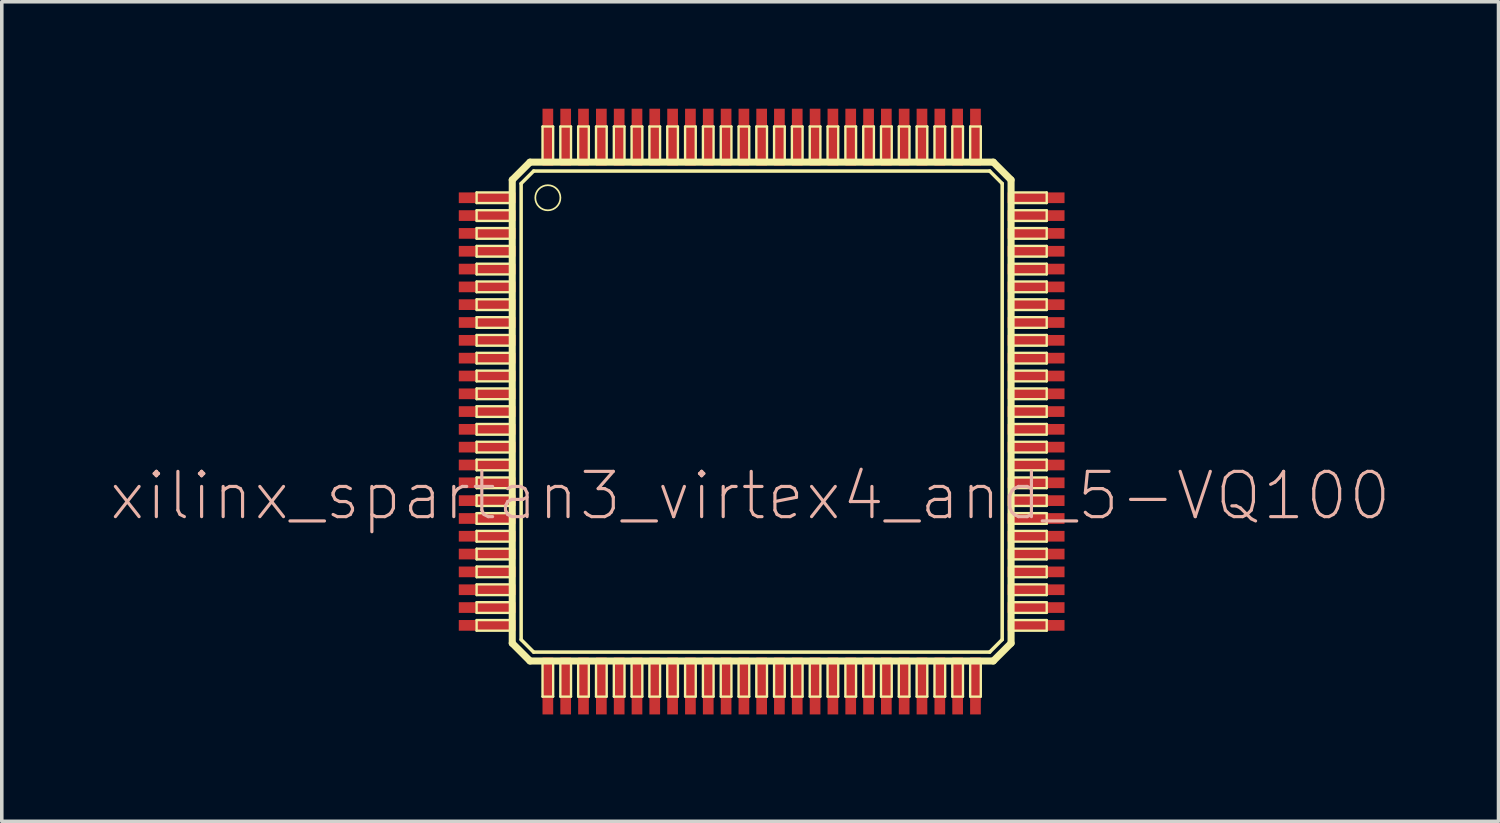
<source format=kicad_pcb>
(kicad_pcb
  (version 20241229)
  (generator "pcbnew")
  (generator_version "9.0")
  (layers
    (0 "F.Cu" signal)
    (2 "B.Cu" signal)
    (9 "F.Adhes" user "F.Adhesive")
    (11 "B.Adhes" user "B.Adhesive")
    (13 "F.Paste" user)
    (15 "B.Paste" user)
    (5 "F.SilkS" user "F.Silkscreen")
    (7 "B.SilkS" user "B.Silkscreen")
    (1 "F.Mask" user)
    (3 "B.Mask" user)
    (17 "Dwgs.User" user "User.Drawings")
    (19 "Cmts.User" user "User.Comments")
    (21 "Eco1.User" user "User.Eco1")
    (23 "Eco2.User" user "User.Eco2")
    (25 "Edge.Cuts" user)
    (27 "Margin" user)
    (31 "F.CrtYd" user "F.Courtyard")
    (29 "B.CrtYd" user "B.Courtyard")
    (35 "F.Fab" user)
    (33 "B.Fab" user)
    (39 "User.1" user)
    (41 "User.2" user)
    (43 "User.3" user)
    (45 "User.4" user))
  (footprint "xilinx_spartan3_virtex4_and_5-VQ100"
    (layer "F.Cu")
    (at 18.321 8.498)
    (property "Reference" "xilinx_spartan3_virtex4_and_5-VQ100" (at -0.323 2.365 0) (layer "B.SilkS") (effects (font (size 1.27 1.27) (thickness 0.089))))
    (attr smd)
    (fp_line (start -7.998 -6.149) (end -6.998 -6.149) (stroke (width 0.066) (type solid)) (layer "F.SilkS"))
    (fp_line (start -7.998 -5.85) (end -7.998 -6.149) (stroke (width 0.066) (type solid)) (layer "F.SilkS"))
    (fp_line (start -7.998 -5.85) (end -6.998 -5.85) (stroke (width 0.066) (type solid)) (layer "F.SilkS"))
    (fp_line (start -7.998 -5.649) (end -6.998 -5.649) (stroke (width 0.066) (type solid)) (layer "F.SilkS"))
    (fp_line (start -7.998 -5.349) (end -7.998 -5.649) (stroke (width 0.066) (type solid)) (layer "F.SilkS"))
    (fp_line (start -7.998 -5.349) (end -6.998 -5.349) (stroke (width 0.066) (type solid)) (layer "F.SilkS"))
    (fp_line (start -7.998 -5.149) (end -6.998 -5.149) (stroke (width 0.066) (type solid)) (layer "F.SilkS"))
    (fp_line (start -7.998 -4.849) (end -7.998 -5.149) (stroke (width 0.066) (type solid)) (layer "F.SilkS"))
    (fp_line (start -7.998 -4.849) (end -6.998 -4.849) (stroke (width 0.066) (type solid)) (layer "F.SilkS"))
    (fp_line (start -7.998 -4.648) (end -6.998 -4.648) (stroke (width 0.066) (type solid)) (layer "F.SilkS"))
    (fp_line (start -7.998 -4.348) (end -7.998 -4.648) (stroke (width 0.066) (type solid)) (layer "F.SilkS"))
    (fp_line (start -7.998 -4.348) (end -6.998 -4.348) (stroke (width 0.066) (type solid)) (layer "F.SilkS"))
    (fp_line (start -7.998 -4.148) (end -6.998 -4.148) (stroke (width 0.066) (type solid)) (layer "F.SilkS"))
    (fp_line (start -7.998 -3.848) (end -7.998 -4.148) (stroke (width 0.066) (type solid)) (layer "F.SilkS"))
    (fp_line (start -7.998 -3.848) (end -6.998 -3.848) (stroke (width 0.066) (type solid)) (layer "F.SilkS"))
    (fp_line (start -7.998 -3.65) (end -6.998 -3.65) (stroke (width 0.066) (type solid)) (layer "F.SilkS"))
    (fp_line (start -7.998 -3.348) (end -7.998 -3.65) (stroke (width 0.066) (type solid)) (layer "F.SilkS"))
    (fp_line (start -7.998 -3.348) (end -6.998 -3.348) (stroke (width 0.066) (type solid)) (layer "F.SilkS"))
    (fp_line (start -7.998 -3.15) (end -6.998 -3.15) (stroke (width 0.066) (type solid)) (layer "F.SilkS"))
    (fp_line (start -7.998 -2.85) (end -7.998 -3.15) (stroke (width 0.066) (type solid)) (layer "F.SilkS"))
    (fp_line (start -7.998 -2.85) (end -6.998 -2.85) (stroke (width 0.066) (type solid)) (layer "F.SilkS"))
    (fp_line (start -7.998 -2.649) (end -6.998 -2.649) (stroke (width 0.066) (type solid)) (layer "F.SilkS"))
    (fp_line (start -7.998 -2.349) (end -7.998 -2.649) (stroke (width 0.066) (type solid)) (layer "F.SilkS"))
    (fp_line (start -7.998 -2.349) (end -6.998 -2.349) (stroke (width 0.066) (type solid)) (layer "F.SilkS"))
    (fp_line (start -7.998 -2.149) (end -6.998 -2.149) (stroke (width 0.066) (type solid)) (layer "F.SilkS"))
    (fp_line (start -7.998 -1.849) (end -7.998 -2.149) (stroke (width 0.066) (type solid)) (layer "F.SilkS"))
    (fp_line (start -7.998 -1.849) (end -6.998 -1.849) (stroke (width 0.066) (type solid)) (layer "F.SilkS"))
    (fp_line (start -7.998 -1.648) (end -6.998 -1.648) (stroke (width 0.066) (type solid)) (layer "F.SilkS"))
    (fp_line (start -7.998 -1.349) (end -7.998 -1.648) (stroke (width 0.066) (type solid)) (layer "F.SilkS"))
    (fp_line (start -7.998 -1.349) (end -6.998 -1.349) (stroke (width 0.066) (type solid)) (layer "F.SilkS"))
    (fp_line (start -7.998 -1.148) (end -6.998 -1.148) (stroke (width 0.066) (type solid)) (layer "F.SilkS"))
    (fp_line (start -7.998 -0.848) (end -7.998 -1.148) (stroke (width 0.066) (type solid)) (layer "F.SilkS"))
    (fp_line (start -7.998 -0.848) (end -6.998 -0.848) (stroke (width 0.066) (type solid)) (layer "F.SilkS"))
    (fp_line (start -7.998 -0.648) (end -6.998 -0.648) (stroke (width 0.066) (type solid)) (layer "F.SilkS"))
    (fp_line (start -7.998 -0.348) (end -7.998 -0.648) (stroke (width 0.066) (type solid)) (layer "F.SilkS"))
    (fp_line (start -7.998 -0.348) (end -6.998 -0.348) (stroke (width 0.066) (type solid)) (layer "F.SilkS"))
    (fp_line (start -7.998 -0.15) (end -6.998 -0.15) (stroke (width 0.066) (type solid)) (layer "F.SilkS"))
    (fp_line (start -7.998 0.15) (end -7.998 -0.15) (stroke (width 0.066) (type solid)) (layer "F.SilkS"))
    (fp_line (start -7.998 0.15) (end -6.998 0.15) (stroke (width 0.066) (type solid)) (layer "F.SilkS"))
    (fp_line (start -7.998 0.348) (end -6.998 0.348) (stroke (width 0.066) (type solid)) (layer "F.SilkS"))
    (fp_line (start -7.998 0.648) (end -7.998 0.348) (stroke (width 0.066) (type solid)) (layer "F.SilkS"))
    (fp_line (start -7.998 0.648) (end -6.998 0.648) (stroke (width 0.066) (type solid)) (layer "F.SilkS"))
    (fp_line (start -7.998 0.848) (end -6.998 0.848) (stroke (width 0.066) (type solid)) (layer "F.SilkS"))
    (fp_line (start -7.998 1.148) (end -7.998 0.848) (stroke (width 0.066) (type solid)) (layer "F.SilkS"))
    (fp_line (start -7.998 1.148) (end -6.998 1.148) (stroke (width 0.066) (type solid)) (layer "F.SilkS"))
    (fp_line (start -7.998 1.349) (end -6.998 1.349) (stroke (width 0.066) (type solid)) (layer "F.SilkS"))
    (fp_line (start -7.998 1.648) (end -7.998 1.349) (stroke (width 0.066) (type solid)) (layer "F.SilkS"))
    (fp_line (start -7.998 1.648) (end -6.998 1.648) (stroke (width 0.066) (type solid)) (layer "F.SilkS"))
    (fp_line (start -7.998 1.849) (end -6.998 1.849) (stroke (width 0.066) (type solid)) (layer "F.SilkS"))
    (fp_line (start -7.998 2.149) (end -7.998 1.849) (stroke (width 0.066) (type solid)) (layer "F.SilkS"))
    (fp_line (start -7.998 2.149) (end -6.998 2.149) (stroke (width 0.066) (type solid)) (layer "F.SilkS"))
    (fp_line (start -7.998 2.349) (end -6.998 2.349) (stroke (width 0.066) (type solid)) (layer "F.SilkS"))
    (fp_line (start -7.998 2.649) (end -7.998 2.349) (stroke (width 0.066) (type solid)) (layer "F.SilkS"))
    (fp_line (start -7.998 2.649) (end -6.998 2.649) (stroke (width 0.066) (type solid)) (layer "F.SilkS"))
    (fp_line (start -7.998 2.85) (end -6.998 2.85) (stroke (width 0.066) (type solid)) (layer "F.SilkS"))
    (fp_line (start -7.998 3.15) (end -7.998 2.85) (stroke (width 0.066) (type solid)) (layer "F.SilkS"))
    (fp_line (start -7.998 3.15) (end -6.998 3.15) (stroke (width 0.066) (type solid)) (layer "F.SilkS"))
    (fp_line (start -7.998 3.348) (end -6.998 3.348) (stroke (width 0.066) (type solid)) (layer "F.SilkS"))
    (fp_line (start -7.998 3.65) (end -7.998 3.348) (stroke (width 0.066) (type solid)) (layer "F.SilkS"))
    (fp_line (start -7.998 3.65) (end -6.998 3.65) (stroke (width 0.066) (type solid)) (layer "F.SilkS"))
    (fp_line (start -7.998 3.848) (end -6.998 3.848) (stroke (width 0.066) (type solid)) (layer "F.SilkS"))
    (fp_line (start -7.998 4.148) (end -7.998 3.848) (stroke (width 0.066) (type solid)) (layer "F.SilkS"))
    (fp_line (start -7.998 4.148) (end -6.998 4.148) (stroke (width 0.066) (type solid)) (layer "F.SilkS"))
    (fp_line (start -7.998 4.348) (end -6.998 4.348) (stroke (width 0.066) (type solid)) (layer "F.SilkS"))
    (fp_line (start -7.998 4.648) (end -7.998 4.348) (stroke (width 0.066) (type solid)) (layer "F.SilkS"))
    (fp_line (start -7.998 4.648) (end -6.998 4.648) (stroke (width 0.066) (type solid)) (layer "F.SilkS"))
    (fp_line (start -7.998 4.849) (end -6.998 4.849) (stroke (width 0.066) (type solid)) (layer "F.SilkS"))
    (fp_line (start -7.998 5.149) (end -7.998 4.849) (stroke (width 0.066) (type solid)) (layer "F.SilkS"))
    (fp_line (start -7.998 5.149) (end -6.998 5.149) (stroke (width 0.066) (type solid)) (layer "F.SilkS"))
    (fp_line (start -7.998 5.349) (end -6.998 5.349) (stroke (width 0.066) (type solid)) (layer "F.SilkS"))
    (fp_line (start -7.998 5.649) (end -7.998 5.349) (stroke (width 0.066) (type solid)) (layer "F.SilkS"))
    (fp_line (start -7.998 5.649) (end -6.998 5.649) (stroke (width 0.066) (type solid)) (layer "F.SilkS"))
    (fp_line (start -7.998 5.85) (end -6.998 5.85) (stroke (width 0.066) (type solid)) (layer "F.SilkS"))
    (fp_line (start -7.998 6.149) (end -7.998 5.85) (stroke (width 0.066) (type solid)) (layer "F.SilkS"))
    (fp_line (start -7.998 6.149) (end -6.998 6.149) (stroke (width 0.066) (type solid)) (layer "F.SilkS"))
    (fp_line (start -6.998 -6.5) (end -6.998 6.5) (stroke (width 0.198) (type solid)) (layer "F.SilkS"))
    (fp_line (start -6.998 -5.85) (end -6.998 -6.149) (stroke (width 0.066) (type solid)) (layer "F.SilkS"))
    (fp_line (start -6.998 -5.349) (end -6.998 -5.649) (stroke (width 0.066) (type solid)) (layer "F.SilkS"))
    (fp_line (start -6.998 -4.849) (end -6.998 -5.149) (stroke (width 0.066) (type solid)) (layer "F.SilkS"))
    (fp_line (start -6.998 -4.348) (end -6.998 -4.648) (stroke (width 0.066) (type solid)) (layer "F.SilkS"))
    (fp_line (start -6.998 -3.848) (end -6.998 -4.148) (stroke (width 0.066) (type solid)) (layer "F.SilkS"))
    (fp_line (start -6.998 -3.348) (end -6.998 -3.65) (stroke (width 0.066) (type solid)) (layer "F.SilkS"))
    (fp_line (start -6.998 -2.85) (end -6.998 -3.15) (stroke (width 0.066) (type solid)) (layer "F.SilkS"))
    (fp_line (start -6.998 -2.349) (end -6.998 -2.649) (stroke (width 0.066) (type solid)) (layer "F.SilkS"))
    (fp_line (start -6.998 -1.849) (end -6.998 -2.149) (stroke (width 0.066) (type solid)) (layer "F.SilkS"))
    (fp_line (start -6.998 -1.349) (end -6.998 -1.648) (stroke (width 0.066) (type solid)) (layer "F.SilkS"))
    (fp_line (start -6.998 -0.848) (end -6.998 -1.148) (stroke (width 0.066) (type solid)) (layer "F.SilkS"))
    (fp_line (start -6.998 -0.348) (end -6.998 -0.648) (stroke (width 0.066) (type solid)) (layer "F.SilkS"))
    (fp_line (start -6.998 0.15) (end -6.998 -0.15) (stroke (width 0.066) (type solid)) (layer "F.SilkS"))
    (fp_line (start -6.998 0.648) (end -6.998 0.348) (stroke (width 0.066) (type solid)) (layer "F.SilkS"))
    (fp_line (start -6.998 1.148) (end -6.998 0.848) (stroke (width 0.066) (type solid)) (layer "F.SilkS"))
    (fp_line (start -6.998 1.648) (end -6.998 1.349) (stroke (width 0.066) (type solid)) (layer "F.SilkS"))
    (fp_line (start -6.998 2.149) (end -6.998 1.849) (stroke (width 0.066) (type solid)) (layer "F.SilkS"))
    (fp_line (start -6.998 2.649) (end -6.998 2.349) (stroke (width 0.066) (type solid)) (layer "F.SilkS"))
    (fp_line (start -6.998 3.15) (end -6.998 2.85) (stroke (width 0.066) (type solid)) (layer "F.SilkS"))
    (fp_line (start -6.998 3.65) (end -6.998 3.348) (stroke (width 0.066) (type solid)) (layer "F.SilkS"))
    (fp_line (start -6.998 4.148) (end -6.998 3.848) (stroke (width 0.066) (type solid)) (layer "F.SilkS"))
    (fp_line (start -6.998 4.648) (end -6.998 4.348) (stroke (width 0.066) (type solid)) (layer "F.SilkS"))
    (fp_line (start -6.998 5.149) (end -6.998 4.849) (stroke (width 0.066) (type solid)) (layer "F.SilkS"))
    (fp_line (start -6.998 5.649) (end -6.998 5.349) (stroke (width 0.066) (type solid)) (layer "F.SilkS"))
    (fp_line (start -6.998 6.149) (end -6.998 5.85) (stroke (width 0.066) (type solid)) (layer "F.SilkS"))
    (fp_line (start -6.998 6.5) (end -6.5 6.998) (stroke (width 0.198) (type solid)) (layer "F.SilkS"))
    (fp_line (start -6.749 -6.398) (end -6.749 6.398) (stroke (width 0.099) (type solid)) (layer "F.SilkS"))
    (fp_line (start -6.749 6.398) (end -6.398 6.749) (stroke (width 0.099) (type solid)) (layer "F.SilkS"))
    (fp_line (start -6.5 -6.998) (end -6.998 -6.5) (stroke (width 0.198) (type solid)) (layer "F.SilkS"))
    (fp_line (start -6.5 6.998) (end 6.5 6.998) (stroke (width 0.198) (type solid)) (layer "F.SilkS"))
    (fp_line (start -6.398 -6.749) (end -6.749 -6.398) (stroke (width 0.099) (type solid)) (layer "F.SilkS"))
    (fp_line (start -6.398 6.749) (end 6.398 6.749) (stroke (width 0.099) (type solid)) (layer "F.SilkS"))
    (fp_line (start -6.149 -7.998) (end -5.85 -7.998) (stroke (width 0.066) (type solid)) (layer "F.SilkS"))
    (fp_line (start -6.149 -6.998) (end -6.149 -7.998) (stroke (width 0.066) (type solid)) (layer "F.SilkS"))
    (fp_line (start -6.149 -6.998) (end -5.85 -6.998) (stroke (width 0.066) (type solid)) (layer "F.SilkS"))
    (fp_line (start -6.149 6.998) (end -5.85 6.998) (stroke (width 0.066) (type solid)) (layer "F.SilkS"))
    (fp_line (start -6.149 7.998) (end -6.149 6.998) (stroke (width 0.066) (type solid)) (layer "F.SilkS"))
    (fp_line (start -6.149 7.998) (end -5.85 7.998) (stroke (width 0.066) (type solid)) (layer "F.SilkS"))
    (fp_line (start -5.85 -6.998) (end -5.85 -7.998) (stroke (width 0.066) (type solid)) (layer "F.SilkS"))
    (fp_line (start -5.85 7.998) (end -5.85 6.998) (stroke (width 0.066) (type solid)) (layer "F.SilkS"))
    (fp_line (start -5.649 -7.998) (end -5.349 -7.998) (stroke (width 0.066) (type solid)) (layer "F.SilkS"))
    (fp_line (start -5.649 -6.998) (end -5.649 -7.998) (stroke (width 0.066) (type solid)) (layer "F.SilkS"))
    (fp_line (start -5.649 -6.998) (end -5.349 -6.998) (stroke (width 0.066) (type solid)) (layer "F.SilkS"))
    (fp_line (start -5.649 6.998) (end -5.349 6.998) (stroke (width 0.066) (type solid)) (layer "F.SilkS"))
    (fp_line (start -5.649 7.998) (end -5.649 6.998) (stroke (width 0.066) (type solid)) (layer "F.SilkS"))
    (fp_line (start -5.649 7.998) (end -5.349 7.998) (stroke (width 0.066) (type solid)) (layer "F.SilkS"))
    (fp_line (start -5.349 -6.998) (end -5.349 -7.998) (stroke (width 0.066) (type solid)) (layer "F.SilkS"))
    (fp_line (start -5.349 7.998) (end -5.349 6.998) (stroke (width 0.066) (type solid)) (layer "F.SilkS"))
    (fp_line (start -5.149 -7.998) (end -4.849 -7.998) (stroke (width 0.066) (type solid)) (layer "F.SilkS"))
    (fp_line (start -5.149 -6.998) (end -5.149 -7.998) (stroke (width 0.066) (type solid)) (layer "F.SilkS"))
    (fp_line (start -5.149 -6.998) (end -4.849 -6.998) (stroke (width 0.066) (type solid)) (layer "F.SilkS"))
    (fp_line (start -5.149 6.998) (end -4.849 6.998) (stroke (width 0.066) (type solid)) (layer "F.SilkS"))
    (fp_line (start -5.149 7.998) (end -5.149 6.998) (stroke (width 0.066) (type solid)) (layer "F.SilkS"))
    (fp_line (start -5.149 7.998) (end -4.849 7.998) (stroke (width 0.066) (type solid)) (layer "F.SilkS"))
    (fp_line (start -4.849 -6.998) (end -4.849 -7.998) (stroke (width 0.066) (type solid)) (layer "F.SilkS"))
    (fp_line (start -4.849 7.998) (end -4.849 6.998) (stroke (width 0.066) (type solid)) (layer "F.SilkS"))
    (fp_line (start -4.648 -7.998) (end -4.348 -7.998) (stroke (width 0.066) (type solid)) (layer "F.SilkS"))
    (fp_line (start -4.648 -6.998) (end -4.648 -7.998) (stroke (width 0.066) (type solid)) (layer "F.SilkS"))
    (fp_line (start -4.648 -6.998) (end -4.348 -6.998) (stroke (width 0.066) (type solid)) (layer "F.SilkS"))
    (fp_line (start -4.648 6.998) (end -4.348 6.998) (stroke (width 0.066) (type solid)) (layer "F.SilkS"))
    (fp_line (start -4.648 7.998) (end -4.648 6.998) (stroke (width 0.066) (type solid)) (layer "F.SilkS"))
    (fp_line (start -4.648 7.998) (end -4.348 7.998) (stroke (width 0.066) (type solid)) (layer "F.SilkS"))
    (fp_line (start -4.348 -6.998) (end -4.348 -7.998) (stroke (width 0.066) (type solid)) (layer "F.SilkS"))
    (fp_line (start -4.348 7.998) (end -4.348 6.998) (stroke (width 0.066) (type solid)) (layer "F.SilkS"))
    (fp_line (start -4.148 -7.998) (end -3.848 -7.998) (stroke (width 0.066) (type solid)) (layer "F.SilkS"))
    (fp_line (start -4.148 -6.998) (end -4.148 -7.998) (stroke (width 0.066) (type solid)) (layer "F.SilkS"))
    (fp_line (start -4.148 -6.998) (end -3.848 -6.998) (stroke (width 0.066) (type solid)) (layer "F.SilkS"))
    (fp_line (start -4.148 6.998) (end -3.848 6.998) (stroke (width 0.066) (type solid)) (layer "F.SilkS"))
    (fp_line (start -4.148 7.998) (end -4.148 6.998) (stroke (width 0.066) (type solid)) (layer "F.SilkS"))
    (fp_line (start -4.148 7.998) (end -3.848 7.998) (stroke (width 0.066) (type solid)) (layer "F.SilkS"))
    (fp_line (start -3.848 -6.998) (end -3.848 -7.998) (stroke (width 0.066) (type solid)) (layer "F.SilkS"))
    (fp_line (start -3.848 7.998) (end -3.848 6.998) (stroke (width 0.066) (type solid)) (layer "F.SilkS"))
    (fp_line (start -3.65 -7.998) (end -3.348 -7.998) (stroke (width 0.066) (type solid)) (layer "F.SilkS"))
    (fp_line (start -3.65 -6.998) (end -3.65 -7.998) (stroke (width 0.066) (type solid)) (layer "F.SilkS"))
    (fp_line (start -3.65 -6.998) (end -3.348 -6.998) (stroke (width 0.066) (type solid)) (layer "F.SilkS"))
    (fp_line (start -3.65 6.998) (end -3.348 6.998) (stroke (width 0.066) (type solid)) (layer "F.SilkS"))
    (fp_line (start -3.65 7.998) (end -3.65 6.998) (stroke (width 0.066) (type solid)) (layer "F.SilkS"))
    (fp_line (start -3.65 7.998) (end -3.348 7.998) (stroke (width 0.066) (type solid)) (layer "F.SilkS"))
    (fp_line (start -3.348 -6.998) (end -3.348 -7.998) (stroke (width 0.066) (type solid)) (layer "F.SilkS"))
    (fp_line (start -3.348 7.998) (end -3.348 6.998) (stroke (width 0.066) (type solid)) (layer "F.SilkS"))
    (fp_line (start -3.15 -7.998) (end -2.85 -7.998) (stroke (width 0.066) (type solid)) (layer "F.SilkS"))
    (fp_line (start -3.15 -6.998) (end -3.15 -7.998) (stroke (width 0.066) (type solid)) (layer "F.SilkS"))
    (fp_line (start -3.15 -6.998) (end -2.85 -6.998) (stroke (width 0.066) (type solid)) (layer "F.SilkS"))
    (fp_line (start -3.15 6.998) (end -2.85 6.998) (stroke (width 0.066) (type solid)) (layer "F.SilkS"))
    (fp_line (start -3.15 7.998) (end -3.15 6.998) (stroke (width 0.066) (type solid)) (layer "F.SilkS"))
    (fp_line (start -3.15 7.998) (end -2.85 7.998) (stroke (width 0.066) (type solid)) (layer "F.SilkS"))
    (fp_line (start -2.85 -6.998) (end -2.85 -7.998) (stroke (width 0.066) (type solid)) (layer "F.SilkS"))
    (fp_line (start -2.85 7.998) (end -2.85 6.998) (stroke (width 0.066) (type solid)) (layer "F.SilkS"))
    (fp_line (start -2.649 -7.998) (end -2.349 -7.998) (stroke (width 0.066) (type solid)) (layer "F.SilkS"))
    (fp_line (start -2.649 -6.998) (end -2.649 -7.998) (stroke (width 0.066) (type solid)) (layer "F.SilkS"))
    (fp_line (start -2.649 -6.998) (end -2.349 -6.998) (stroke (width 0.066) (type solid)) (layer "F.SilkS"))
    (fp_line (start -2.649 6.998) (end -2.349 6.998) (stroke (width 0.066) (type solid)) (layer "F.SilkS"))
    (fp_line (start -2.649 7.998) (end -2.649 6.998) (stroke (width 0.066) (type solid)) (layer "F.SilkS"))
    (fp_line (start -2.649 7.998) (end -2.349 7.998) (stroke (width 0.066) (type solid)) (layer "F.SilkS"))
    (fp_line (start -2.349 -6.998) (end -2.349 -7.998) (stroke (width 0.066) (type solid)) (layer "F.SilkS"))
    (fp_line (start -2.349 7.998) (end -2.349 6.998) (stroke (width 0.066) (type solid)) (layer "F.SilkS"))
    (fp_line (start -2.149 -7.998) (end -1.849 -7.998) (stroke (width 0.066) (type solid)) (layer "F.SilkS"))
    (fp_line (start -2.149 -6.998) (end -2.149 -7.998) (stroke (width 0.066) (type solid)) (layer "F.SilkS"))
    (fp_line (start -2.149 -6.998) (end -1.849 -6.998) (stroke (width 0.066) (type solid)) (layer "F.SilkS"))
    (fp_line (start -2.149 6.998) (end -1.849 6.998) (stroke (width 0.066) (type solid)) (layer "F.SilkS"))
    (fp_line (start -2.149 7.998) (end -2.149 6.998) (stroke (width 0.066) (type solid)) (layer "F.SilkS"))
    (fp_line (start -2.149 7.998) (end -1.849 7.998) (stroke (width 0.066) (type solid)) (layer "F.SilkS"))
    (fp_line (start -1.849 -6.998) (end -1.849 -7.998) (stroke (width 0.066) (type solid)) (layer "F.SilkS"))
    (fp_line (start -1.849 7.998) (end -1.849 6.998) (stroke (width 0.066) (type solid)) (layer "F.SilkS"))
    (fp_line (start -1.648 -7.998) (end -1.349 -7.998) (stroke (width 0.066) (type solid)) (layer "F.SilkS"))
    (fp_line (start -1.648 -6.998) (end -1.648 -7.998) (stroke (width 0.066) (type solid)) (layer "F.SilkS"))
    (fp_line (start -1.648 -6.998) (end -1.349 -6.998) (stroke (width 0.066) (type solid)) (layer "F.SilkS"))
    (fp_line (start -1.648 6.998) (end -1.349 6.998) (stroke (width 0.066) (type solid)) (layer "F.SilkS"))
    (fp_line (start -1.648 7.998) (end -1.648 6.998) (stroke (width 0.066) (type solid)) (layer "F.SilkS"))
    (fp_line (start -1.648 7.998) (end -1.349 7.998) (stroke (width 0.066) (type solid)) (layer "F.SilkS"))
    (fp_line (start -1.349 -6.998) (end -1.349 -7.998) (stroke (width 0.066) (type solid)) (layer "F.SilkS"))
    (fp_line (start -1.349 7.998) (end -1.349 6.998) (stroke (width 0.066) (type solid)) (layer "F.SilkS"))
    (fp_line (start -1.148 -7.998) (end -0.848 -7.998) (stroke (width 0.066) (type solid)) (layer "F.SilkS"))
    (fp_line (start -1.148 -6.998) (end -1.148 -7.998) (stroke (width 0.066) (type solid)) (layer "F.SilkS"))
    (fp_line (start -1.148 -6.998) (end -0.848 -6.998) (stroke (width 0.066) (type solid)) (layer "F.SilkS"))
    (fp_line (start -1.148 6.998) (end -0.848 6.998) (stroke (width 0.066) (type solid)) (layer "F.SilkS"))
    (fp_line (start -1.148 7.998) (end -1.148 6.998) (stroke (width 0.066) (type solid)) (layer "F.SilkS"))
    (fp_line (start -1.148 7.998) (end -0.848 7.998) (stroke (width 0.066) (type solid)) (layer "F.SilkS"))
    (fp_line (start -0.848 -6.998) (end -0.848 -7.998) (stroke (width 0.066) (type solid)) (layer "F.SilkS"))
    (fp_line (start -0.848 7.998) (end -0.848 6.998) (stroke (width 0.066) (type solid)) (layer "F.SilkS"))
    (fp_line (start -0.648 -7.998) (end -0.348 -7.998) (stroke (width 0.066) (type solid)) (layer "F.SilkS"))
    (fp_line (start -0.648 -6.998) (end -0.648 -7.998) (stroke (width 0.066) (type solid)) (layer "F.SilkS"))
    (fp_line (start -0.648 -6.998) (end -0.348 -6.998) (stroke (width 0.066) (type solid)) (layer "F.SilkS"))
    (fp_line (start -0.648 6.998) (end -0.348 6.998) (stroke (width 0.066) (type solid)) (layer "F.SilkS"))
    (fp_line (start -0.648 7.998) (end -0.648 6.998) (stroke (width 0.066) (type solid)) (layer "F.SilkS"))
    (fp_line (start -0.648 7.998) (end -0.348 7.998) (stroke (width 0.066) (type solid)) (layer "F.SilkS"))
    (fp_line (start -0.348 -6.998) (end -0.348 -7.998) (stroke (width 0.066) (type solid)) (layer "F.SilkS"))
    (fp_line (start -0.348 7.998) (end -0.348 6.998) (stroke (width 0.066) (type solid)) (layer "F.SilkS"))
    (fp_line (start -0.15 -7.998) (end 0.15 -7.998) (stroke (width 0.066) (type solid)) (layer "F.SilkS"))
    (fp_line (start -0.15 -6.998) (end -0.15 -7.998) (stroke (width 0.066) (type solid)) (layer "F.SilkS"))
    (fp_line (start -0.15 -6.998) (end 0.15 -6.998) (stroke (width 0.066) (type solid)) (layer "F.SilkS"))
    (fp_line (start -0.15 6.998) (end 0.15 6.998) (stroke (width 0.066) (type solid)) (layer "F.SilkS"))
    (fp_line (start -0.15 7.998) (end -0.15 6.998) (stroke (width 0.066) (type solid)) (layer "F.SilkS"))
    (fp_line (start -0.15 7.998) (end 0.15 7.998) (stroke (width 0.066) (type solid)) (layer "F.SilkS"))
    (fp_line (start 0.15 -6.998) (end 0.15 -7.998) (stroke (width 0.066) (type solid)) (layer "F.SilkS"))
    (fp_line (start 0.15 7.998) (end 0.15 6.998) (stroke (width 0.066) (type solid)) (layer "F.SilkS"))
    (fp_line (start 0.348 -7.998) (end 0.648 -7.998) (stroke (width 0.066) (type solid)) (layer "F.SilkS"))
    (fp_line (start 0.348 -6.998) (end 0.348 -7.998) (stroke (width 0.066) (type solid)) (layer "F.SilkS"))
    (fp_line (start 0.348 -6.998) (end 0.648 -6.998) (stroke (width 0.066) (type solid)) (layer "F.SilkS"))
    (fp_line (start 0.348 6.998) (end 0.648 6.998) (stroke (width 0.066) (type solid)) (layer "F.SilkS"))
    (fp_line (start 0.348 7.998) (end 0.348 6.998) (stroke (width 0.066) (type solid)) (layer "F.SilkS"))
    (fp_line (start 0.348 7.998) (end 0.648 7.998) (stroke (width 0.066) (type solid)) (layer "F.SilkS"))
    (fp_line (start 0.648 -6.998) (end 0.648 -7.998) (stroke (width 0.066) (type solid)) (layer "F.SilkS"))
    (fp_line (start 0.648 7.998) (end 0.648 6.998) (stroke (width 0.066) (type solid)) (layer "F.SilkS"))
    (fp_line (start 0.848 -7.998) (end 1.148 -7.998) (stroke (width 0.066) (type solid)) (layer "F.SilkS"))
    (fp_line (start 0.848 -6.998) (end 0.848 -7.998) (stroke (width 0.066) (type solid)) (layer "F.SilkS"))
    (fp_line (start 0.848 -6.998) (end 1.148 -6.998) (stroke (width 0.066) (type solid)) (layer "F.SilkS"))
    (fp_line (start 0.848 6.998) (end 1.148 6.998) (stroke (width 0.066) (type solid)) (layer "F.SilkS"))
    (fp_line (start 0.848 7.998) (end 0.848 6.998) (stroke (width 0.066) (type solid)) (layer "F.SilkS"))
    (fp_line (start 0.848 7.998) (end 1.148 7.998) (stroke (width 0.066) (type solid)) (layer "F.SilkS"))
    (fp_line (start 1.148 -6.998) (end 1.148 -7.998) (stroke (width 0.066) (type solid)) (layer "F.SilkS"))
    (fp_line (start 1.148 7.998) (end 1.148 6.998) (stroke (width 0.066) (type solid)) (layer "F.SilkS"))
    (fp_line (start 1.349 -7.998) (end 1.648 -7.998) (stroke (width 0.066) (type solid)) (layer "F.SilkS"))
    (fp_line (start 1.349 -6.998) (end 1.349 -7.998) (stroke (width 0.066) (type solid)) (layer "F.SilkS"))
    (fp_line (start 1.349 -6.998) (end 1.648 -6.998) (stroke (width 0.066) (type solid)) (layer "F.SilkS"))
    (fp_line (start 1.349 6.998) (end 1.648 6.998) (stroke (width 0.066) (type solid)) (layer "F.SilkS"))
    (fp_line (start 1.349 7.998) (end 1.349 6.998) (stroke (width 0.066) (type solid)) (layer "F.SilkS"))
    (fp_line (start 1.349 7.998) (end 1.648 7.998) (stroke (width 0.066) (type solid)) (layer "F.SilkS"))
    (fp_line (start 1.648 -6.998) (end 1.648 -7.998) (stroke (width 0.066) (type solid)) (layer "F.SilkS"))
    (fp_line (start 1.648 7.998) (end 1.648 6.998) (stroke (width 0.066) (type solid)) (layer "F.SilkS"))
    (fp_line (start 1.849 -7.998) (end 2.149 -7.998) (stroke (width 0.066) (type solid)) (layer "F.SilkS"))
    (fp_line (start 1.849 -6.998) (end 1.849 -7.998) (stroke (width 0.066) (type solid)) (layer "F.SilkS"))
    (fp_line (start 1.849 -6.998) (end 2.149 -6.998) (stroke (width 0.066) (type solid)) (layer "F.SilkS"))
    (fp_line (start 1.849 6.998) (end 2.149 6.998) (stroke (width 0.066) (type solid)) (layer "F.SilkS"))
    (fp_line (start 1.849 7.998) (end 1.849 6.998) (stroke (width 0.066) (type solid)) (layer "F.SilkS"))
    (fp_line (start 1.849 7.998) (end 2.149 7.998) (stroke (width 0.066) (type solid)) (layer "F.SilkS"))
    (fp_line (start 2.149 -6.998) (end 2.149 -7.998) (stroke (width 0.066) (type solid)) (layer "F.SilkS"))
    (fp_line (start 2.149 7.998) (end 2.149 6.998) (stroke (width 0.066) (type solid)) (layer "F.SilkS"))
    (fp_line (start 2.349 -7.998) (end 2.649 -7.998) (stroke (width 0.066) (type solid)) (layer "F.SilkS"))
    (fp_line (start 2.349 -6.998) (end 2.349 -7.998) (stroke (width 0.066) (type solid)) (layer "F.SilkS"))
    (fp_line (start 2.349 -6.998) (end 2.649 -6.998) (stroke (width 0.066) (type solid)) (layer "F.SilkS"))
    (fp_line (start 2.349 6.998) (end 2.649 6.998) (stroke (width 0.066) (type solid)) (layer "F.SilkS"))
    (fp_line (start 2.349 7.998) (end 2.349 6.998) (stroke (width 0.066) (type solid)) (layer "F.SilkS"))
    (fp_line (start 2.349 7.998) (end 2.649 7.998) (stroke (width 0.066) (type solid)) (layer "F.SilkS"))
    (fp_line (start 2.649 -6.998) (end 2.649 -7.998) (stroke (width 0.066) (type solid)) (layer "F.SilkS"))
    (fp_line (start 2.649 7.998) (end 2.649 6.998) (stroke (width 0.066) (type solid)) (layer "F.SilkS"))
    (fp_line (start 2.85 -7.998) (end 3.15 -7.998) (stroke (width 0.066) (type solid)) (layer "F.SilkS"))
    (fp_line (start 2.85 -6.998) (end 2.85 -7.998) (stroke (width 0.066) (type solid)) (layer "F.SilkS"))
    (fp_line (start 2.85 -6.998) (end 3.15 -6.998) (stroke (width 0.066) (type solid)) (layer "F.SilkS"))
    (fp_line (start 2.85 6.998) (end 3.15 6.998) (stroke (width 0.066) (type solid)) (layer "F.SilkS"))
    (fp_line (start 2.85 7.998) (end 2.85 6.998) (stroke (width 0.066) (type solid)) (layer "F.SilkS"))
    (fp_line (start 2.85 7.998) (end 3.15 7.998) (stroke (width 0.066) (type solid)) (layer "F.SilkS"))
    (fp_line (start 3.15 -6.998) (end 3.15 -7.998) (stroke (width 0.066) (type solid)) (layer "F.SilkS"))
    (fp_line (start 3.15 7.998) (end 3.15 6.998) (stroke (width 0.066) (type solid)) (layer "F.SilkS"))
    (fp_line (start 3.348 -7.998) (end 3.65 -7.998) (stroke (width 0.066) (type solid)) (layer "F.SilkS"))
    (fp_line (start 3.348 -6.998) (end 3.348 -7.998) (stroke (width 0.066) (type solid)) (layer "F.SilkS"))
    (fp_line (start 3.348 -6.998) (end 3.65 -6.998) (stroke (width 0.066) (type solid)) (layer "F.SilkS"))
    (fp_line (start 3.348 6.998) (end 3.65 6.998) (stroke (width 0.066) (type solid)) (layer "F.SilkS"))
    (fp_line (start 3.348 7.998) (end 3.348 6.998) (stroke (width 0.066) (type solid)) (layer "F.SilkS"))
    (fp_line (start 3.348 7.998) (end 3.65 7.998) (stroke (width 0.066) (type solid)) (layer "F.SilkS"))
    (fp_line (start 3.65 -6.998) (end 3.65 -7.998) (stroke (width 0.066) (type solid)) (layer "F.SilkS"))
    (fp_line (start 3.65 7.998) (end 3.65 6.998) (stroke (width 0.066) (type solid)) (layer "F.SilkS"))
    (fp_line (start 3.848 -7.998) (end 4.148 -7.998) (stroke (width 0.066) (type solid)) (layer "F.SilkS"))
    (fp_line (start 3.848 -6.998) (end 3.848 -7.998) (stroke (width 0.066) (type solid)) (layer "F.SilkS"))
    (fp_line (start 3.848 -6.998) (end 4.148 -6.998) (stroke (width 0.066) (type solid)) (layer "F.SilkS"))
    (fp_line (start 3.848 6.998) (end 4.148 6.998) (stroke (width 0.066) (type solid)) (layer "F.SilkS"))
    (fp_line (start 3.848 7.998) (end 3.848 6.998) (stroke (width 0.066) (type solid)) (layer "F.SilkS"))
    (fp_line (start 3.848 7.998) (end 4.148 7.998) (stroke (width 0.066) (type solid)) (layer "F.SilkS"))
    (fp_line (start 4.148 -6.998) (end 4.148 -7.998) (stroke (width 0.066) (type solid)) (layer "F.SilkS"))
    (fp_line (start 4.148 7.998) (end 4.148 6.998) (stroke (width 0.066) (type solid)) (layer "F.SilkS"))
    (fp_line (start 4.348 -7.998) (end 4.648 -7.998) (stroke (width 0.066) (type solid)) (layer "F.SilkS"))
    (fp_line (start 4.348 -6.998) (end 4.348 -7.998) (stroke (width 0.066) (type solid)) (layer "F.SilkS"))
    (fp_line (start 4.348 -6.998) (end 4.648 -6.998) (stroke (width 0.066) (type solid)) (layer "F.SilkS"))
    (fp_line (start 4.348 6.998) (end 4.648 6.998) (stroke (width 0.066) (type solid)) (layer "F.SilkS"))
    (fp_line (start 4.348 7.998) (end 4.348 6.998) (stroke (width 0.066) (type solid)) (layer "F.SilkS"))
    (fp_line (start 4.348 7.998) (end 4.648 7.998) (stroke (width 0.066) (type solid)) (layer "F.SilkS"))
    (fp_line (start 4.648 -6.998) (end 4.648 -7.998) (stroke (width 0.066) (type solid)) (layer "F.SilkS"))
    (fp_line (start 4.648 7.998) (end 4.648 6.998) (stroke (width 0.066) (type solid)) (layer "F.SilkS"))
    (fp_line (start 4.849 -7.998) (end 5.149 -7.998) (stroke (width 0.066) (type solid)) (layer "F.SilkS"))
    (fp_line (start 4.849 -6.998) (end 4.849 -7.998) (stroke (width 0.066) (type solid)) (layer "F.SilkS"))
    (fp_line (start 4.849 -6.998) (end 5.149 -6.998) (stroke (width 0.066) (type solid)) (layer "F.SilkS"))
    (fp_line (start 4.849 6.998) (end 5.149 6.998) (stroke (width 0.066) (type solid)) (layer "F.SilkS"))
    (fp_line (start 4.849 7.998) (end 4.849 6.998) (stroke (width 0.066) (type solid)) (layer "F.SilkS"))
    (fp_line (start 4.849 7.998) (end 5.149 7.998) (stroke (width 0.066) (type solid)) (layer "F.SilkS"))
    (fp_line (start 5.149 -6.998) (end 5.149 -7.998) (stroke (width 0.066) (type solid)) (layer "F.SilkS"))
    (fp_line (start 5.149 7.998) (end 5.149 6.998) (stroke (width 0.066) (type solid)) (layer "F.SilkS"))
    (fp_line (start 5.349 -7.998) (end 5.649 -7.998) (stroke (width 0.066) (type solid)) (layer "F.SilkS"))
    (fp_line (start 5.349 -6.998) (end 5.349 -7.998) (stroke (width 0.066) (type solid)) (layer "F.SilkS"))
    (fp_line (start 5.349 -6.998) (end 5.649 -6.998) (stroke (width 0.066) (type solid)) (layer "F.SilkS"))
    (fp_line (start 5.349 6.998) (end 5.649 6.998) (stroke (width 0.066) (type solid)) (layer "F.SilkS"))
    (fp_line (start 5.349 7.998) (end 5.349 6.998) (stroke (width 0.066) (type solid)) (layer "F.SilkS"))
    (fp_line (start 5.349 7.998) (end 5.649 7.998) (stroke (width 0.066) (type solid)) (layer "F.SilkS"))
    (fp_line (start 5.649 -6.998) (end 5.649 -7.998) (stroke (width 0.066) (type solid)) (layer "F.SilkS"))
    (fp_line (start 5.649 7.998) (end 5.649 6.998) (stroke (width 0.066) (type solid)) (layer "F.SilkS"))
    (fp_line (start 5.85 -7.998) (end 6.149 -7.998) (stroke (width 0.066) (type solid)) (layer "F.SilkS"))
    (fp_line (start 5.85 -6.998) (end 5.85 -7.998) (stroke (width 0.066) (type solid)) (layer "F.SilkS"))
    (fp_line (start 5.85 -6.998) (end 6.149 -6.998) (stroke (width 0.066) (type solid)) (layer "F.SilkS"))
    (fp_line (start 5.85 6.998) (end 6.149 6.998) (stroke (width 0.066) (type solid)) (layer "F.SilkS"))
    (fp_line (start 5.85 7.998) (end 5.85 6.998) (stroke (width 0.066) (type solid)) (layer "F.SilkS"))
    (fp_line (start 5.85 7.998) (end 6.149 7.998) (stroke (width 0.066) (type solid)) (layer "F.SilkS"))
    (fp_line (start 6.149 -6.998) (end 6.149 -7.998) (stroke (width 0.066) (type solid)) (layer "F.SilkS"))
    (fp_line (start 6.149 7.998) (end 6.149 6.998) (stroke (width 0.066) (type solid)) (layer "F.SilkS"))
    (fp_line (start 6.398 -6.749) (end -6.398 -6.749) (stroke (width 0.099) (type solid)) (layer "F.SilkS"))
    (fp_line (start 6.398 6.749) (end 6.749 6.398) (stroke (width 0.099) (type solid)) (layer "F.SilkS"))
    (fp_line (start 6.5 -6.998) (end -6.5 -6.998) (stroke (width 0.198) (type solid)) (layer "F.SilkS"))
    (fp_line (start 6.5 6.998) (end 6.998 6.5) (stroke (width 0.198) (type solid)) (layer "F.SilkS"))
    (fp_line (start 6.749 -6.398) (end 6.398 -6.749) (stroke (width 0.099) (type solid)) (layer "F.SilkS"))
    (fp_line (start 6.749 6.398) (end 6.749 -6.398) (stroke (width 0.099) (type solid)) (layer "F.SilkS"))
    (fp_line (start 6.998 -6.5) (end 6.5 -6.998) (stroke (width 0.198) (type solid)) (layer "F.SilkS"))
    (fp_line (start 6.998 -6.149) (end 7.998 -6.149) (stroke (width 0.066) (type solid)) (layer "F.SilkS"))
    (fp_line (start 6.998 -5.85) (end 6.998 -6.149) (stroke (width 0.066) (type solid)) (layer "F.SilkS"))
    (fp_line (start 6.998 -5.85) (end 7.998 -5.85) (stroke (width 0.066) (type solid)) (layer "F.SilkS"))
    (fp_line (start 6.998 -5.649) (end 7.998 -5.649) (stroke (width 0.066) (type solid)) (layer "F.SilkS"))
    (fp_line (start 6.998 -5.349) (end 6.998 -5.649) (stroke (width 0.066) (type solid)) (layer "F.SilkS"))
    (fp_line (start 6.998 -5.349) (end 7.998 -5.349) (stroke (width 0.066) (type solid)) (layer "F.SilkS"))
    (fp_line (start 6.998 -5.149) (end 7.998 -5.149) (stroke (width 0.066) (type solid)) (layer "F.SilkS"))
    (fp_line (start 6.998 -4.849) (end 6.998 -5.149) (stroke (width 0.066) (type solid)) (layer "F.SilkS"))
    (fp_line (start 6.998 -4.849) (end 7.998 -4.849) (stroke (width 0.066) (type solid)) (layer "F.SilkS"))
    (fp_line (start 6.998 -4.648) (end 7.998 -4.648) (stroke (width 0.066) (type solid)) (layer "F.SilkS"))
    (fp_line (start 6.998 -4.348) (end 6.998 -4.648) (stroke (width 0.066) (type solid)) (layer "F.SilkS"))
    (fp_line (start 6.998 -4.348) (end 7.998 -4.348) (stroke (width 0.066) (type solid)) (layer "F.SilkS"))
    (fp_line (start 6.998 -4.148) (end 7.998 -4.148) (stroke (width 0.066) (type solid)) (layer "F.SilkS"))
    (fp_line (start 6.998 -3.848) (end 6.998 -4.148) (stroke (width 0.066) (type solid)) (layer "F.SilkS"))
    (fp_line (start 6.998 -3.848) (end 7.998 -3.848) (stroke (width 0.066) (type solid)) (layer "F.SilkS"))
    (fp_line (start 6.998 -3.65) (end 7.998 -3.65) (stroke (width 0.066) (type solid)) (layer "F.SilkS"))
    (fp_line (start 6.998 -3.348) (end 6.998 -3.65) (stroke (width 0.066) (type solid)) (layer "F.SilkS"))
    (fp_line (start 6.998 -3.348) (end 7.998 -3.348) (stroke (width 0.066) (type solid)) (layer "F.SilkS"))
    (fp_line (start 6.998 -3.15) (end 7.998 -3.15) (stroke (width 0.066) (type solid)) (layer "F.SilkS"))
    (fp_line (start 6.998 -2.85) (end 6.998 -3.15) (stroke (width 0.066) (type solid)) (layer "F.SilkS"))
    (fp_line (start 6.998 -2.85) (end 7.998 -2.85) (stroke (width 0.066) (type solid)) (layer "F.SilkS"))
    (fp_line (start 6.998 -2.649) (end 7.998 -2.649) (stroke (width 0.066) (type solid)) (layer "F.SilkS"))
    (fp_line (start 6.998 -2.349) (end 6.998 -2.649) (stroke (width 0.066) (type solid)) (layer "F.SilkS"))
    (fp_line (start 6.998 -2.349) (end 7.998 -2.349) (stroke (width 0.066) (type solid)) (layer "F.SilkS"))
    (fp_line (start 6.998 -2.149) (end 7.998 -2.149) (stroke (width 0.066) (type solid)) (layer "F.SilkS"))
    (fp_line (start 6.998 -1.849) (end 6.998 -2.149) (stroke (width 0.066) (type solid)) (layer "F.SilkS"))
    (fp_line (start 6.998 -1.849) (end 7.998 -1.849) (stroke (width 0.066) (type solid)) (layer "F.SilkS"))
    (fp_line (start 6.998 -1.648) (end 7.998 -1.648) (stroke (width 0.066) (type solid)) (layer "F.SilkS"))
    (fp_line (start 6.998 -1.349) (end 6.998 -1.648) (stroke (width 0.066) (type solid)) (layer "F.SilkS"))
    (fp_line (start 6.998 -1.349) (end 7.998 -1.349) (stroke (width 0.066) (type solid)) (layer "F.SilkS"))
    (fp_line (start 6.998 -1.148) (end 7.998 -1.148) (stroke (width 0.066) (type solid)) (layer "F.SilkS"))
    (fp_line (start 6.998 -0.848) (end 6.998 -1.148) (stroke (width 0.066) (type solid)) (layer "F.SilkS"))
    (fp_line (start 6.998 -0.848) (end 7.998 -0.848) (stroke (width 0.066) (type solid)) (layer "F.SilkS"))
    (fp_line (start 6.998 -0.648) (end 7.998 -0.648) (stroke (width 0.066) (type solid)) (layer "F.SilkS"))
    (fp_line (start 6.998 -0.348) (end 6.998 -0.648) (stroke (width 0.066) (type solid)) (layer "F.SilkS"))
    (fp_line (start 6.998 -0.348) (end 7.998 -0.348) (stroke (width 0.066) (type solid)) (layer "F.SilkS"))
    (fp_line (start 6.998 -0.15) (end 7.998 -0.15) (stroke (width 0.066) (type solid)) (layer "F.SilkS"))
    (fp_line (start 6.998 0.15) (end 6.998 -0.15) (stroke (width 0.066) (type solid)) (layer "F.SilkS"))
    (fp_line (start 6.998 0.15) (end 7.998 0.15) (stroke (width 0.066) (type solid)) (layer "F.SilkS"))
    (fp_line (start 6.998 0.348) (end 7.998 0.348) (stroke (width 0.066) (type solid)) (layer "F.SilkS"))
    (fp_line (start 6.998 0.648) (end 6.998 0.348) (stroke (width 0.066) (type solid)) (layer "F.SilkS"))
    (fp_line (start 6.998 0.648) (end 7.998 0.648) (stroke (width 0.066) (type solid)) (layer "F.SilkS"))
    (fp_line (start 6.998 0.848) (end 7.998 0.848) (stroke (width 0.066) (type solid)) (layer "F.SilkS"))
    (fp_line (start 6.998 1.148) (end 6.998 0.848) (stroke (width 0.066) (type solid)) (layer "F.SilkS"))
    (fp_line (start 6.998 1.148) (end 7.998 1.148) (stroke (width 0.066) (type solid)) (layer "F.SilkS"))
    (fp_line (start 6.998 1.349) (end 7.998 1.349) (stroke (width 0.066) (type solid)) (layer "F.SilkS"))
    (fp_line (start 6.998 1.648) (end 6.998 1.349) (stroke (width 0.066) (type solid)) (layer "F.SilkS"))
    (fp_line (start 6.998 1.648) (end 7.998 1.648) (stroke (width 0.066) (type solid)) (layer "F.SilkS"))
    (fp_line (start 6.998 1.849) (end 7.998 1.849) (stroke (width 0.066) (type solid)) (layer "F.SilkS"))
    (fp_line (start 6.998 2.149) (end 6.998 1.849) (stroke (width 0.066) (type solid)) (layer "F.SilkS"))
    (fp_line (start 6.998 2.149) (end 7.998 2.149) (stroke (width 0.066) (type solid)) (layer "F.SilkS"))
    (fp_line (start 6.998 2.349) (end 7.998 2.349) (stroke (width 0.066) (type solid)) (layer "F.SilkS"))
    (fp_line (start 6.998 2.649) (end 6.998 2.349) (stroke (width 0.066) (type solid)) (layer "F.SilkS"))
    (fp_line (start 6.998 2.649) (end 7.998 2.649) (stroke (width 0.066) (type solid)) (layer "F.SilkS"))
    (fp_line (start 6.998 2.85) (end 7.998 2.85) (stroke (width 0.066) (type solid)) (layer "F.SilkS"))
    (fp_line (start 6.998 3.15) (end 6.998 2.85) (stroke (width 0.066) (type solid)) (layer "F.SilkS"))
    (fp_line (start 6.998 3.15) (end 7.998 3.15) (stroke (width 0.066) (type solid)) (layer "F.SilkS"))
    (fp_line (start 6.998 3.348) (end 7.998 3.348) (stroke (width 0.066) (type solid)) (layer "F.SilkS"))
    (fp_line (start 6.998 3.65) (end 6.998 3.348) (stroke (width 0.066) (type solid)) (layer "F.SilkS"))
    (fp_line (start 6.998 3.65) (end 7.998 3.65) (stroke (width 0.066) (type solid)) (layer "F.SilkS"))
    (fp_line (start 6.998 3.848) (end 7.998 3.848) (stroke (width 0.066) (type solid)) (layer "F.SilkS"))
    (fp_line (start 6.998 4.148) (end 6.998 3.848) (stroke (width 0.066) (type solid)) (layer "F.SilkS"))
    (fp_line (start 6.998 4.148) (end 7.998 4.148) (stroke (width 0.066) (type solid)) (layer "F.SilkS"))
    (fp_line (start 6.998 4.348) (end 7.998 4.348) (stroke (width 0.066) (type solid)) (layer "F.SilkS"))
    (fp_line (start 6.998 4.648) (end 6.998 4.348) (stroke (width 0.066) (type solid)) (layer "F.SilkS"))
    (fp_line (start 6.998 4.648) (end 7.998 4.648) (stroke (width 0.066) (type solid)) (layer "F.SilkS"))
    (fp_line (start 6.998 4.849) (end 7.998 4.849) (stroke (width 0.066) (type solid)) (layer "F.SilkS"))
    (fp_line (start 6.998 5.149) (end 6.998 4.849) (stroke (width 0.066) (type solid)) (layer "F.SilkS"))
    (fp_line (start 6.998 5.149) (end 7.998 5.149) (stroke (width 0.066) (type solid)) (layer "F.SilkS"))
    (fp_line (start 6.998 5.349) (end 7.998 5.349) (stroke (width 0.066) (type solid)) (layer "F.SilkS"))
    (fp_line (start 6.998 5.649) (end 6.998 5.349) (stroke (width 0.066) (type solid)) (layer "F.SilkS"))
    (fp_line (start 6.998 5.649) (end 7.998 5.649) (stroke (width 0.066) (type solid)) (layer "F.SilkS"))
    (fp_line (start 6.998 5.85) (end 7.998 5.85) (stroke (width 0.066) (type solid)) (layer "F.SilkS"))
    (fp_line (start 6.998 6.149) (end 6.998 5.85) (stroke (width 0.066) (type solid)) (layer "F.SilkS"))
    (fp_line (start 6.998 6.149) (end 7.998 6.149) (stroke (width 0.066) (type solid)) (layer "F.SilkS"))
    (fp_line (start 6.998 6.5) (end 6.998 -6.5) (stroke (width 0.198) (type solid)) (layer "F.SilkS"))
    (fp_line (start 7.998 -5.85) (end 7.998 -6.149) (stroke (width 0.066) (type solid)) (layer "F.SilkS"))
    (fp_line (start 7.998 -5.349) (end 7.998 -5.649) (stroke (width 0.066) (type solid)) (layer "F.SilkS"))
    (fp_line (start 7.998 -4.849) (end 7.998 -5.149) (stroke (width 0.066) (type solid)) (layer "F.SilkS"))
    (fp_line (start 7.998 -4.348) (end 7.998 -4.648) (stroke (width 0.066) (type solid)) (layer "F.SilkS"))
    (fp_line (start 7.998 -3.848) (end 7.998 -4.148) (stroke (width 0.066) (type solid)) (layer "F.SilkS"))
    (fp_line (start 7.998 -3.348) (end 7.998 -3.65) (stroke (width 0.066) (type solid)) (layer "F.SilkS"))
    (fp_line (start 7.998 -2.85) (end 7.998 -3.15) (stroke (width 0.066) (type solid)) (layer "F.SilkS"))
    (fp_line (start 7.998 -2.349) (end 7.998 -2.649) (stroke (width 0.066) (type solid)) (layer "F.SilkS"))
    (fp_line (start 7.998 -1.849) (end 7.998 -2.149) (stroke (width 0.066) (type solid)) (layer "F.SilkS"))
    (fp_line (start 7.998 -1.349) (end 7.998 -1.648) (stroke (width 0.066) (type solid)) (layer "F.SilkS"))
    (fp_line (start 7.998 -0.848) (end 7.998 -1.148) (stroke (width 0.066) (type solid)) (layer "F.SilkS"))
    (fp_line (start 7.998 -0.348) (end 7.998 -0.648) (stroke (width 0.066) (type solid)) (layer "F.SilkS"))
    (fp_line (start 7.998 0.15) (end 7.998 -0.15) (stroke (width 0.066) (type solid)) (layer "F.SilkS"))
    (fp_line (start 7.998 0.648) (end 7.998 0.348) (stroke (width 0.066) (type solid)) (layer "F.SilkS"))
    (fp_line (start 7.998 1.148) (end 7.998 0.848) (stroke (width 0.066) (type solid)) (layer "F.SilkS"))
    (fp_line (start 7.998 1.648) (end 7.998 1.349) (stroke (width 0.066) (type solid)) (layer "F.SilkS"))
    (fp_line (start 7.998 2.149) (end 7.998 1.849) (stroke (width 0.066) (type solid)) (layer "F.SilkS"))
    (fp_line (start 7.998 2.649) (end 7.998 2.349) (stroke (width 0.066) (type solid)) (layer "F.SilkS"))
    (fp_line (start 7.998 3.15) (end 7.998 2.85) (stroke (width 0.066) (type solid)) (layer "F.SilkS"))
    (fp_line (start 7.998 3.65) (end 7.998 3.348) (stroke (width 0.066) (type solid)) (layer "F.SilkS"))
    (fp_line (start 7.998 4.148) (end 7.998 3.848) (stroke (width 0.066) (type solid)) (layer "F.SilkS"))
    (fp_line (start 7.998 4.648) (end 7.998 4.348) (stroke (width 0.066) (type solid)) (layer "F.SilkS"))
    (fp_line (start 7.998 5.149) (end 7.998 4.849) (stroke (width 0.066) (type solid)) (layer "F.SilkS"))
    (fp_line (start 7.998 5.649) (end 7.998 5.349) (stroke (width 0.066) (type solid)) (layer "F.SilkS"))
    (fp_line (start 7.998 6.149) (end 7.998 5.85) (stroke (width 0.066) (type solid)) (layer "F.SilkS"))
    (fp_circle (center -5.999 -5.999) (end -6.248 -6.248) (stroke (width 0.048) (type solid)) (fill no) (layer "F.SilkS"))
    (pad "1" smd rect (at -7.699 -5.999) (size 1.598 0.3) (layers "F.Cu" "F.Mask" "F.Paste"))
    (pad "2" smd rect (at -7.699 -5.499) (size 1.598 0.3) (layers "F.Cu" "F.Mask" "F.Paste"))
    (pad "3" smd rect (at -7.699 -4.999) (size 1.598 0.3) (layers "F.Cu" "F.Mask" "F.Paste"))
    (pad "4" smd rect (at -7.699 -4.498) (size 1.598 0.3) (layers "F.Cu" "F.Mask" "F.Paste"))
    (pad "5" smd rect (at -7.699 -3.998) (size 1.598 0.3) (layers "F.Cu" "F.Mask" "F.Paste"))
    (pad "6" smd rect (at -7.699 -3.498) (size 1.598 0.3) (layers "F.Cu" "F.Mask" "F.Paste"))
    (pad "7" smd rect (at -7.699 -3) (size 1.598 0.3) (layers "F.Cu" "F.Mask" "F.Paste"))
    (pad "8" smd rect (at -7.699 -2.499) (size 1.598 0.3) (layers "F.Cu" "F.Mask" "F.Paste"))
    (pad "9" smd rect (at -7.699 -1.999) (size 1.598 0.3) (layers "F.Cu" "F.Mask" "F.Paste"))
    (pad "10" smd rect (at -7.699 -1.499) (size 1.598 0.3) (layers "F.Cu" "F.Mask" "F.Paste"))
    (pad "11" smd rect (at -7.699 -0.998) (size 1.598 0.3) (layers "F.Cu" "F.Mask" "F.Paste"))
    (pad "12" smd rect (at -7.699 -0.498) (size 1.598 0.3) (layers "F.Cu" "F.Mask" "F.Paste"))
    (pad "13" smd rect (at -7.699 0) (size 1.598 0.3) (layers "F.Cu" "F.Mask" "F.Paste"))
    (pad "14" smd rect (at -7.699 0.498) (size 1.598 0.3) (layers "F.Cu" "F.Mask" "F.Paste"))
    (pad "15" smd rect (at -7.699 0.998) (size 1.598 0.3) (layers "F.Cu" "F.Mask" "F.Paste"))
    (pad "16" smd rect (at -7.699 1.499) (size 1.598 0.3) (layers "F.Cu" "F.Mask" "F.Paste"))
    (pad "17" smd rect (at -7.699 1.999) (size 1.598 0.3) (layers "F.Cu" "F.Mask" "F.Paste"))
    (pad "18" smd rect (at -7.699 2.499) (size 1.598 0.3) (layers "F.Cu" "F.Mask" "F.Paste"))
    (pad "19" smd rect (at -7.699 3) (size 1.598 0.3) (layers "F.Cu" "F.Mask" "F.Paste"))
    (pad "20" smd rect (at -7.699 3.498) (size 1.598 0.3) (layers "F.Cu" "F.Mask" "F.Paste"))
    (pad "21" smd rect (at -7.699 3.998) (size 1.598 0.3) (layers "F.Cu" "F.Mask" "F.Paste"))
    (pad "22" smd rect (at -7.699 4.498) (size 1.598 0.3) (layers "F.Cu" "F.Mask" "F.Paste"))
    (pad "23" smd rect (at -7.699 4.999) (size 1.598 0.3) (layers "F.Cu" "F.Mask" "F.Paste"))
    (pad "24" smd rect (at -7.699 5.499) (size 1.598 0.3) (layers "F.Cu" "F.Mask" "F.Paste"))
    (pad "25" smd rect (at -7.699 5.999) (size 1.598 0.3) (layers "F.Cu" "F.Mask" "F.Paste"))
    (pad "26" smd rect (at -5.999 7.699 90) (size 1.598 0.3) (layers "F.Cu" "F.Mask" "F.Paste"))
    (pad "27" smd rect (at -5.499 7.699 90) (size 1.598 0.3) (layers "F.Cu" "F.Mask" "F.Paste"))
    (pad "28" smd rect (at -4.999 7.699 90) (size 1.598 0.3) (layers "F.Cu" "F.Mask" "F.Paste"))
    (pad "29" smd rect (at -4.498 7.699 90) (size 1.598 0.3) (layers "F.Cu" "F.Mask" "F.Paste"))
    (pad "30" smd rect (at -3.998 7.699 90) (size 1.598 0.3) (layers "F.Cu" "F.Mask" "F.Paste"))
    (pad "31" smd rect (at -3.498 7.699 90) (size 1.598 0.3) (layers "F.Cu" "F.Mask" "F.Paste"))
    (pad "32" smd rect (at -3 7.699 90) (size 1.598 0.3) (layers "F.Cu" "F.Mask" "F.Paste"))
    (pad "33" smd rect (at -2.499 7.699 90) (size 1.598 0.3) (layers "F.Cu" "F.Mask" "F.Paste"))
    (pad "34" smd rect (at -1.999 7.699 90) (size 1.598 0.3) (layers "F.Cu" "F.Mask" "F.Paste"))
    (pad "35" smd rect (at -1.499 7.699 90) (size 1.598 0.3) (layers "F.Cu" "F.Mask" "F.Paste"))
    (pad "36" smd rect (at -0.998 7.699 90) (size 1.598 0.3) (layers "F.Cu" "F.Mask" "F.Paste"))
    (pad "37" smd rect (at -0.498 7.699 90) (size 1.598 0.3) (layers "F.Cu" "F.Mask" "F.Paste"))
    (pad "38" smd rect (at 0 7.699 90) (size 1.598 0.3) (layers "F.Cu" "F.Mask" "F.Paste"))
    (pad "39" smd rect (at 0.498 7.699 90) (size 1.598 0.3) (layers "F.Cu" "F.Mask" "F.Paste"))
    (pad "40" smd rect (at 0.998 7.699 90) (size 1.598 0.3) (layers "F.Cu" "F.Mask" "F.Paste"))
    (pad "41" smd rect (at 1.499 7.699 90) (size 1.598 0.3) (layers "F.Cu" "F.Mask" "F.Paste"))
    (pad "42" smd rect (at 1.999 7.699 90) (size 1.598 0.3) (layers "F.Cu" "F.Mask" "F.Paste"))
    (pad "43" smd rect (at 2.499 7.699 90) (size 1.598 0.3) (layers "F.Cu" "F.Mask" "F.Paste"))
    (pad "44" smd rect (at 3 7.699 90) (size 1.598 0.3) (layers "F.Cu" "F.Mask" "F.Paste"))
    (pad "45" smd rect (at 3.498 7.699 90) (size 1.598 0.3) (layers "F.Cu" "F.Mask" "F.Paste"))
    (pad "46" smd rect (at 3.998 7.699 90) (size 1.598 0.3) (layers "F.Cu" "F.Mask" "F.Paste"))
    (pad "47" smd rect (at 4.498 7.699 90) (size 1.598 0.3) (layers "F.Cu" "F.Mask" "F.Paste"))
    (pad "48" smd rect (at 4.999 7.699 90) (size 1.598 0.3) (layers "F.Cu" "F.Mask" "F.Paste"))
    (pad "49" smd rect (at 5.499 7.699 90) (size 1.598 0.3) (layers "F.Cu" "F.Mask" "F.Paste"))
    (pad "50" smd rect (at 5.999 7.699 90) (size 1.598 0.3) (layers "F.Cu" "F.Mask" "F.Paste"))
    (pad "51" smd rect (at 7.699 5.999) (size 1.598 0.3) (layers "F.Cu" "F.Mask" "F.Paste"))
    (pad "52" smd rect (at 7.699 5.499) (size 1.598 0.3) (layers "F.Cu" "F.Mask" "F.Paste"))
    (pad "53" smd rect (at 7.699 4.999) (size 1.598 0.3) (layers "F.Cu" "F.Mask" "F.Paste"))
    (pad "54" smd rect (at 7.699 4.498) (size 1.598 0.3) (layers "F.Cu" "F.Mask" "F.Paste"))
    (pad "55" smd rect (at 7.699 3.998) (size 1.598 0.3) (layers "F.Cu" "F.Mask" "F.Paste"))
    (pad "56" smd rect (at 7.699 3.498) (size 1.598 0.3) (layers "F.Cu" "F.Mask" "F.Paste"))
    (pad "57" smd rect (at 7.699 3) (size 1.598 0.3) (layers "F.Cu" "F.Mask" "F.Paste"))
    (pad "58" smd rect (at 7.699 2.499) (size 1.598 0.3) (layers "F.Cu" "F.Mask" "F.Paste"))
    (pad "59" smd rect (at 7.699 1.999) (size 1.598 0.3) (layers "F.Cu" "F.Mask" "F.Paste"))
    (pad "60" smd rect (at 7.699 1.499) (size 1.598 0.3) (layers "F.Cu" "F.Mask" "F.Paste"))
    (pad "61" smd rect (at 7.699 0.998) (size 1.598 0.3) (layers "F.Cu" "F.Mask" "F.Paste"))
    (pad "62" smd rect (at 7.699 0.498) (size 1.598 0.3) (layers "F.Cu" "F.Mask" "F.Paste"))
    (pad "63" smd rect (at 7.699 0) (size 1.598 0.3) (layers "F.Cu" "F.Mask" "F.Paste"))
    (pad "64" smd rect (at 7.699 -0.498) (size 1.598 0.3) (layers "F.Cu" "F.Mask" "F.Paste"))
    (pad "65" smd rect (at 7.699 -0.998) (size 1.598 0.3) (layers "F.Cu" "F.Mask" "F.Paste"))
    (pad "66" smd rect (at 7.699 -1.499) (size 1.598 0.3) (layers "F.Cu" "F.Mask" "F.Paste"))
    (pad "67" smd rect (at 7.699 -1.999) (size 1.598 0.3) (layers "F.Cu" "F.Mask" "F.Paste"))
    (pad "68" smd rect (at 7.699 -2.499) (size 1.598 0.3) (layers "F.Cu" "F.Mask" "F.Paste"))
    (pad "69" smd rect (at 7.699 -3) (size 1.598 0.3) (layers "F.Cu" "F.Mask" "F.Paste"))
    (pad "70" smd rect (at 7.699 -3.498) (size 1.598 0.3) (layers "F.Cu" "F.Mask" "F.Paste"))
    (pad "71" smd rect (at 7.699 -3.998) (size 1.598 0.3) (layers "F.Cu" "F.Mask" "F.Paste"))
    (pad "72" smd rect (at 7.699 -4.498) (size 1.598 0.3) (layers "F.Cu" "F.Mask" "F.Paste"))
    (pad "73" smd rect (at 7.699 -4.999) (size 1.598 0.3) (layers "F.Cu" "F.Mask" "F.Paste"))
    (pad "74" smd rect (at 7.699 -5.499) (size 1.598 0.3) (layers "F.Cu" "F.Mask" "F.Paste"))
    (pad "75" smd rect (at 7.699 -5.999) (size 1.598 0.3) (layers "F.Cu" "F.Mask" "F.Paste"))
    (pad "76" smd rect (at 5.999 -7.699 90) (size 1.598 0.3) (layers "F.Cu" "F.Mask" "F.Paste"))
    (pad "77" smd rect (at 5.499 -7.699 90) (size 1.598 0.3) (layers "F.Cu" "F.Mask" "F.Paste"))
    (pad "78" smd rect (at 4.999 -7.699 90) (size 1.598 0.3) (layers "F.Cu" "F.Mask" "F.Paste"))
    (pad "79" smd rect (at 4.498 -7.699 90) (size 1.598 0.3) (layers "F.Cu" "F.Mask" "F.Paste"))
    (pad "80" smd rect (at 3.998 -7.699 90) (size 1.598 0.3) (layers "F.Cu" "F.Mask" "F.Paste"))
    (pad "81" smd rect (at 3.498 -7.699 90) (size 1.598 0.3) (layers "F.Cu" "F.Mask" "F.Paste"))
    (pad "82" smd rect (at 3 -7.699 90) (size 1.598 0.3) (layers "F.Cu" "F.Mask" "F.Paste"))
    (pad "83" smd rect (at 2.499 -7.699 90) (size 1.598 0.3) (layers "F.Cu" "F.Mask" "F.Paste"))
    (pad "84" smd rect (at 1.999 -7.699 90) (size 1.598 0.3) (layers "F.Cu" "F.Mask" "F.Paste"))
    (pad "85" smd rect (at 1.499 -7.699 90) (size 1.598 0.3) (layers "F.Cu" "F.Mask" "F.Paste"))
    (pad "86" smd rect (at 0.998 -7.699 90) (size 1.598 0.3) (layers "F.Cu" "F.Mask" "F.Paste"))
    (pad "87" smd rect (at 0.498 -7.699 90) (size 1.598 0.3) (layers "F.Cu" "F.Mask" "F.Paste"))
    (pad "88" smd rect (at 0 -7.699 90) (size 1.598 0.3) (layers "F.Cu" "F.Mask" "F.Paste"))
    (pad "89" smd rect (at -0.498 -7.699 90) (size 1.598 0.3) (layers "F.Cu" "F.Mask" "F.Paste"))
    (pad "90" smd rect (at -0.998 -7.699 90) (size 1.598 0.3) (layers "F.Cu" "F.Mask" "F.Paste"))
    (pad "91" smd rect (at -1.499 -7.699 90) (size 1.598 0.3) (layers "F.Cu" "F.Mask" "F.Paste"))
    (pad "92" smd rect (at -1.999 -7.699 90) (size 1.598 0.3) (layers "F.Cu" "F.Mask" "F.Paste"))
    (pad "93" smd rect (at -2.499 -7.699 90) (size 1.598 0.3) (layers "F.Cu" "F.Mask" "F.Paste"))
    (pad "94" smd rect (at -3 -7.699 90) (size 1.598 0.3) (layers "F.Cu" "F.Mask" "F.Paste"))
    (pad "95" smd rect (at -3.498 -7.699 90) (size 1.598 0.3) (layers "F.Cu" "F.Mask" "F.Paste"))
    (pad "96" smd rect (at -3.998 -7.699 90) (size 1.598 0.3) (layers "F.Cu" "F.Mask" "F.Paste"))
    (pad "97" smd rect (at -4.498 -7.699 90) (size 1.598 0.3) (layers "F.Cu" "F.Mask" "F.Paste"))
    (pad "98" smd rect (at -4.999 -7.699 90) (size 1.598 0.3) (layers "F.Cu" "F.Mask" "F.Paste"))
    (pad "99" smd rect (at -5.499 -7.699 90) (size 1.598 0.3) (layers "F.Cu" "F.Mask" "F.Paste"))
    (pad "100" smd rect (at -5.999 -7.699 90) (size 1.598 0.3) (layers "F.Cu" "F.Mask" "F.Paste")))
  (gr_rect
    (start -3 -3)
    (end 38.996 19.995)
    (stroke (width 0.1) (type default))
    (fill no)
    (layer "Edge.Cuts")))
</source>
